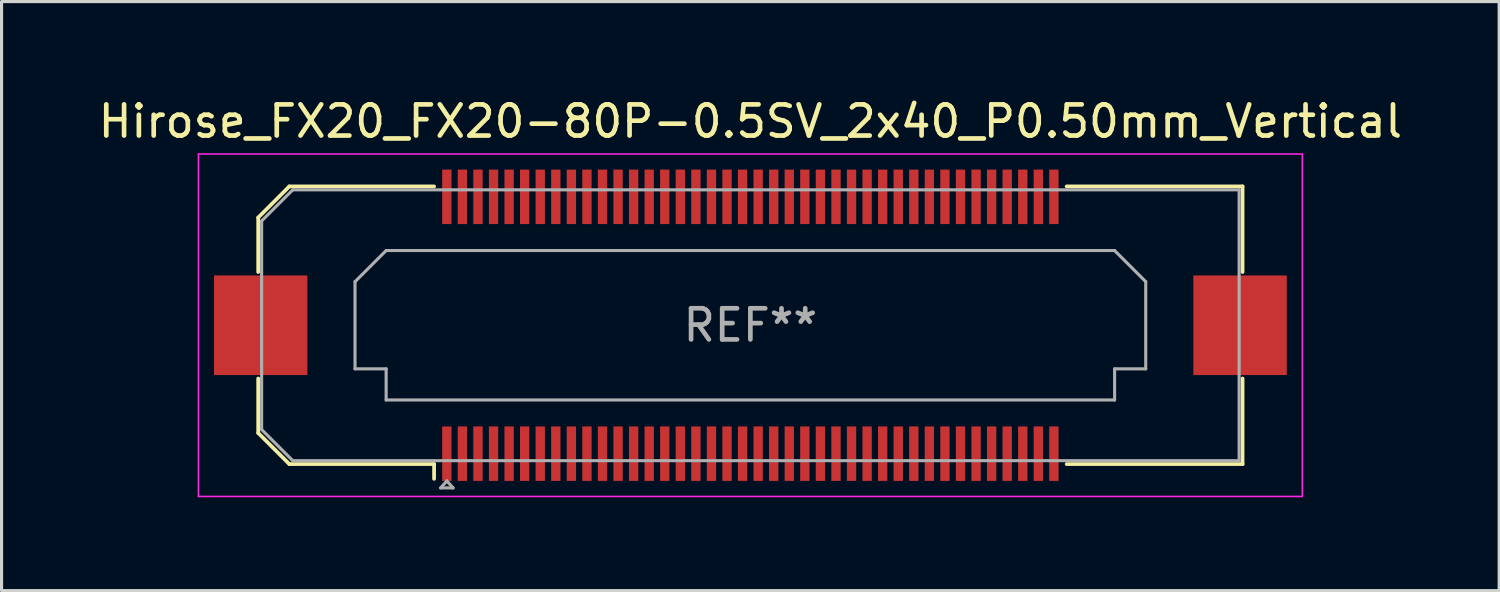
<source format=kicad_pcb>
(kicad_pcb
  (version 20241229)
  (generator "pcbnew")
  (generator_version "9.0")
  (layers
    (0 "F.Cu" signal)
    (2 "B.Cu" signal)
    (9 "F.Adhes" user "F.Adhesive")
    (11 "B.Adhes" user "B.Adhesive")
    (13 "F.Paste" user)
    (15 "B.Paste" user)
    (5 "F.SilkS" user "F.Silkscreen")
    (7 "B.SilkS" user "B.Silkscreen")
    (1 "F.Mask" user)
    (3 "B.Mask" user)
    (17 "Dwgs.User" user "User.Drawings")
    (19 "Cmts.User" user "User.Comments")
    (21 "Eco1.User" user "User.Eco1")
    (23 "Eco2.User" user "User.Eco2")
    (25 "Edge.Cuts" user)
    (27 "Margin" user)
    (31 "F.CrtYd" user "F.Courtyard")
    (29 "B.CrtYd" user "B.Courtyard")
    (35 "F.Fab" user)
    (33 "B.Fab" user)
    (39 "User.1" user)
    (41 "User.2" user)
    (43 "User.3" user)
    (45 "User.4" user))
  (footprint "Hirose_FX20_FX20-80P-0.5SV_2x40_P0.50mm_Vertical"
    (layer "F.Cu")
    (at 21.054 7.398)
    (property "Reference" "Hirose_FX20_FX20-80P-0.5SV_2x40_P0.50mm_Vertical" (at 0 -6.55 0) (layer "F.SilkS") (effects (font (size 1 1) (thickness 0.15))))
    (attr smd)
    (fp_line (start -15.81 -3.46) (end -14.81 -4.46) (stroke (width 0.12) (type solid)) (layer "F.SilkS"))
    (fp_line (start -15.81 -1.71) (end -15.81 -3.46) (stroke (width 0.12) (type solid)) (layer "F.SilkS"))
    (fp_line (start -15.81 3.46) (end -15.81 1.71) (stroke (width 0.12) (type solid)) (layer "F.SilkS"))
    (fp_line (start -14.81 -4.46) (end -10.16 -4.46) (stroke (width 0.12) (type solid)) (layer "F.SilkS"))
    (fp_line (start -14.81 4.46) (end -15.81 3.46) (stroke (width 0.12) (type solid)) (layer "F.SilkS"))
    (fp_line (start -10.16 4.46) (end -14.81 4.46) (stroke (width 0.12) (type solid)) (layer "F.SilkS"))
    (fp_line (start -10.16 4.933) (end -10.16 4.46) (stroke (width 0.12) (type solid)) (layer "F.SilkS"))
    (fp_line (start 10.16 4.46) (end 15.81 4.46) (stroke (width 0.12) (type solid)) (layer "F.SilkS"))
    (fp_line (start 15.81 -4.46) (end 10.16 -4.46) (stroke (width 0.12) (type solid)) (layer "F.SilkS"))
    (fp_line (start 15.81 -1.71) (end 15.81 -4.46) (stroke (width 0.12) (type solid)) (layer "F.SilkS"))
    (fp_line (start 15.81 4.46) (end 15.81 1.71) (stroke (width 0.12) (type solid)) (layer "F.SilkS"))
    (fp_line (start -17.73 -5.5) (end -17.73 5.5) (stroke (width 0.05) (type solid)) (layer "F.CrtYd"))
    (fp_line (start -17.73 5.5) (end 17.73 5.5) (stroke (width 0.05) (type solid)) (layer "F.CrtYd"))
    (fp_line (start 17.73 -5.5) (end -17.73 -5.5) (stroke (width 0.05) (type solid)) (layer "F.CrtYd"))
    (fp_line (start 17.73 5.5) (end 17.73 -5.5) (stroke (width 0.05) (type solid)) (layer "F.CrtYd"))
    (fp_line (start -15.7 -3.35) (end -14.7 -4.35) (stroke (width 0.1) (type solid)) (layer "F.Fab"))
    (fp_line (start -15.7 3.35) (end -15.7 -3.35) (stroke (width 0.1) (type solid)) (layer "F.Fab"))
    (fp_line (start -14.7 -4.35) (end 15.7 -4.35) (stroke (width 0.1) (type solid)) (layer "F.Fab"))
    (fp_line (start -14.7 4.35) (end -15.7 3.35) (stroke (width 0.1) (type solid)) (layer "F.Fab"))
    (fp_line (start -12.7 -1.4) (end -11.7 -2.4) (stroke (width 0.1) (type solid)) (layer "F.Fab"))
    (fp_line (start -12.7 1.4) (end -12.7 -1.4) (stroke (width 0.1) (type solid)) (layer "F.Fab"))
    (fp_line (start -11.7 -2.4) (end 11.7 -2.4) (stroke (width 0.1) (type solid)) (layer "F.Fab"))
    (fp_line (start -11.7 1.4) (end -12.7 1.4) (stroke (width 0.1) (type solid)) (layer "F.Fab"))
    (fp_line (start -11.7 2.4) (end -11.7 1.4) (stroke (width 0.1) (type solid)) (layer "F.Fab"))
    (fp_line (start -9.95 5.225) (end -9.75 5) (stroke (width 0.1) (type solid)) (layer "F.Fab"))
    (fp_line (start -9.75 5) (end -9.55 5.225) (stroke (width 0.1) (type solid)) (layer "F.Fab"))
    (fp_line (start -9.55 5.225) (end -9.95 5.225) (stroke (width 0.1) (type solid)) (layer "F.Fab"))
    (fp_line (start 11.7 -2.4) (end 12.7 -1.4) (stroke (width 0.1) (type solid)) (layer "F.Fab"))
    (fp_line (start 11.7 1.4) (end 11.7 2.4) (stroke (width 0.1) (type solid)) (layer "F.Fab"))
    (fp_line (start 11.7 2.4) (end -11.7 2.4) (stroke (width 0.1) (type solid)) (layer "F.Fab"))
    (fp_line (start 12.7 -1.4) (end 12.7 1.4) (stroke (width 0.1) (type solid)) (layer "F.Fab"))
    (fp_line (start 12.7 1.4) (end 11.7 1.4) (stroke (width 0.1) (type solid)) (layer "F.Fab"))
    (fp_line (start 15.7 -4.35) (end 15.7 4.35) (stroke (width 0.1) (type solid)) (layer "F.Fab"))
    (fp_line (start 15.7 4.35) (end -14.7 4.35) (stroke (width 0.1) (type solid)) (layer "F.Fab"))
    (fp_text user "REF**" (at 0 0 0) (layer "F.Fab") (effects (font (size 1 1) (thickness 0.15))))
    (pad "" smd rect (at -15.73 0) (size 2.98 3.18) (layers "F.Paste"))
    (pad "" smd rect (at -15.73 0) (size 3 3.2) (layers "F.Cu" "F.Mask"))
    (pad "" smd rect (at -9.75 -4.325) (size 0.28 1.35) (layers "F.Paste"))
    (pad "" smd rect (at -9.75 4.325) (size 0.28 1.35) (layers "F.Paste"))
    (pad "" smd rect (at -9.25 -4.325) (size 0.28 1.35) (layers "F.Paste"))
    (pad "" smd rect (at -9.25 4.325) (size 0.28 1.35) (layers "F.Paste"))
    (pad "" smd rect (at -8.75 -4.325) (size 0.28 1.35) (layers "F.Paste"))
    (pad "" smd rect (at -8.75 4.325) (size 0.28 1.35) (layers "F.Paste"))
    (pad "" smd rect (at -8.25 -4.325) (size 0.28 1.35) (layers "F.Paste"))
    (pad "" smd rect (at -8.25 4.325) (size 0.28 1.35) (layers "F.Paste"))
    (pad "" smd rect (at -7.75 -4.325) (size 0.28 1.35) (layers "F.Paste"))
    (pad "" smd rect (at -7.75 4.325) (size 0.28 1.35) (layers "F.Paste"))
    (pad "" smd rect (at -7.25 -4.325) (size 0.28 1.35) (layers "F.Paste"))
    (pad "" smd rect (at -7.25 4.325) (size 0.28 1.35) (layers "F.Paste"))
    (pad "" smd rect (at -6.75 -4.325) (size 0.28 1.35) (layers "F.Paste"))
    (pad "" smd rect (at -6.75 4.325) (size 0.28 1.35) (layers "F.Paste"))
    (pad "" smd rect (at -6.25 -4.325) (size 0.28 1.35) (layers "F.Paste"))
    (pad "" smd rect (at -6.25 4.325) (size 0.28 1.35) (layers "F.Paste"))
    (pad "" smd rect (at -5.75 -4.325) (size 0.28 1.35) (layers "F.Paste"))
    (pad "" smd rect (at -5.75 4.325) (size 0.28 1.35) (layers "F.Paste"))
    (pad "" smd rect (at -5.25 -4.325) (size 0.28 1.35) (layers "F.Paste"))
    (pad "" smd rect (at -5.25 4.325) (size 0.28 1.35) (layers "F.Paste"))
    (pad "" smd rect (at -4.75 -4.325) (size 0.28 1.35) (layers "F.Paste"))
    (pad "" smd rect (at -4.75 4.325) (size 0.28 1.35) (layers "F.Paste"))
    (pad "" smd rect (at -4.25 -4.325) (size 0.28 1.35) (layers "F.Paste"))
    (pad "" smd rect (at -4.25 4.325) (size 0.28 1.35) (layers "F.Paste"))
    (pad "" smd rect (at -3.75 -4.325) (size 0.28 1.35) (layers "F.Paste"))
    (pad "" smd rect (at -3.75 4.325) (size 0.28 1.35) (layers "F.Paste"))
    (pad "" smd rect (at -3.25 -4.325) (size 0.28 1.35) (layers "F.Paste"))
    (pad "" smd rect (at -3.25 4.325) (size 0.28 1.35) (layers "F.Paste"))
    (pad "" smd rect (at -2.75 -4.325) (size 0.28 1.35) (layers "F.Paste"))
    (pad "" smd rect (at -2.75 4.325) (size 0.28 1.35) (layers "F.Paste"))
    (pad "" smd rect (at -2.25 -4.325) (size 0.28 1.35) (layers "F.Paste"))
    (pad "" smd rect (at -2.25 4.325) (size 0.28 1.35) (layers "F.Paste"))
    (pad "" smd rect (at -1.75 -4.325) (size 0.28 1.35) (layers "F.Paste"))
    (pad "" smd rect (at -1.75 4.325) (size 0.28 1.35) (layers "F.Paste"))
    (pad "" smd rect (at -1.25 -4.325) (size 0.28 1.35) (layers "F.Paste"))
    (pad "" smd rect (at -1.25 4.325) (size 0.28 1.35) (layers "F.Paste"))
    (pad "" smd rect (at -0.75 -4.325) (size 0.28 1.35) (layers "F.Paste"))
    (pad "" smd rect (at -0.75 4.325) (size 0.28 1.35) (layers "F.Paste"))
    (pad "" smd rect (at -0.25 -4.325) (size 0.28 1.35) (layers "F.Paste"))
    (pad "" smd rect (at -0.25 4.325) (size 0.28 1.35) (layers "F.Paste"))
    (pad "" smd rect (at 0.25 -4.325) (size 0.28 1.35) (layers "F.Paste"))
    (pad "" smd rect (at 0.25 4.325) (size 0.28 1.35) (layers "F.Paste"))
    (pad "" smd rect (at 0.75 -4.325) (size 0.28 1.35) (layers "F.Paste"))
    (pad "" smd rect (at 0.75 4.325) (size 0.28 1.35) (layers "F.Paste"))
    (pad "" smd rect (at 1.25 -4.325) (size 0.28 1.35) (layers "F.Paste"))
    (pad "" smd rect (at 1.25 4.325) (size 0.28 1.35) (layers "F.Paste"))
    (pad "" smd rect (at 1.75 -4.325) (size 0.28 1.35) (layers "F.Paste"))
    (pad "" smd rect (at 1.75 4.325) (size 0.28 1.35) (layers "F.Paste"))
    (pad "" smd rect (at 2.25 -4.325) (size 0.28 1.35) (layers "F.Paste"))
    (pad "" smd rect (at 2.25 4.325) (size 0.28 1.35) (layers "F.Paste"))
    (pad "" smd rect (at 2.75 -4.325) (size 0.28 1.35) (layers "F.Paste"))
    (pad "" smd rect (at 2.75 4.325) (size 0.28 1.35) (layers "F.Paste"))
    (pad "" smd rect (at 3.25 -4.325) (size 0.28 1.35) (layers "F.Paste"))
    (pad "" smd rect (at 3.25 4.325) (size 0.28 1.35) (layers "F.Paste"))
    (pad "" smd rect (at 3.75 -4.325) (size 0.28 1.35) (layers "F.Paste"))
    (pad "" smd rect (at 3.75 4.325) (size 0.28 1.35) (layers "F.Paste"))
    (pad "" smd rect (at 4.25 -4.325) (size 0.28 1.35) (layers "F.Paste"))
    (pad "" smd rect (at 4.25 4.325) (size 0.28 1.35) (layers "F.Paste"))
    (pad "" smd rect (at 4.75 -4.325) (size 0.28 1.35) (layers "F.Paste"))
    (pad "" smd rect (at 4.75 4.325) (size 0.28 1.35) (layers "F.Paste"))
    (pad "" smd rect (at 5.25 -4.325) (size 0.28 1.35) (layers "F.Paste"))
    (pad "" smd rect (at 5.25 4.325) (size 0.28 1.35) (layers "F.Paste"))
    (pad "" smd rect (at 5.75 -4.325) (size 0.28 1.35) (layers "F.Paste"))
    (pad "" smd rect (at 5.75 4.325) (size 0.28 1.35) (layers "F.Paste"))
    (pad "" smd rect (at 6.25 -4.325) (size 0.28 1.35) (layers "F.Paste"))
    (pad "" smd rect (at 6.25 4.325) (size 0.28 1.35) (layers "F.Paste"))
    (pad "" smd rect (at 6.75 -4.325) (size 0.28 1.35) (layers "F.Paste"))
    (pad "" smd rect (at 6.75 4.325) (size 0.28 1.35) (layers "F.Paste"))
    (pad "" smd rect (at 7.25 -4.325) (size 0.28 1.35) (layers "F.Paste"))
    (pad "" smd rect (at 7.25 4.325) (size 0.28 1.35) (layers "F.Paste"))
    (pad "" smd rect (at 7.75 -4.325) (size 0.28 1.35) (layers "F.Paste"))
    (pad "" smd rect (at 7.75 4.325) (size 0.28 1.35) (layers "F.Paste"))
    (pad "" smd rect (at 8.25 -4.325) (size 0.28 1.35) (layers "F.Paste"))
    (pad "" smd rect (at 8.25 4.325) (size 0.28 1.35) (layers "F.Paste"))
    (pad "" smd rect (at 8.75 -4.325) (size 0.28 1.35) (layers "F.Paste"))
    (pad "" smd rect (at 8.75 4.325) (size 0.28 1.35) (layers "F.Paste"))
    (pad "" smd rect (at 9.25 -4.325) (size 0.28 1.35) (layers "F.Paste"))
    (pad "" smd rect (at 9.25 4.325) (size 0.28 1.35) (layers "F.Paste"))
    (pad "" smd rect (at 9.75 -4.325) (size 0.28 1.35) (layers "F.Paste"))
    (pad "" smd rect (at 9.75 4.325) (size 0.28 1.35) (layers "F.Paste"))
    (pad "" smd rect (at 15.73 0) (size 2.98 3.18) (layers "F.Paste"))
    (pad "" smd rect (at 15.73 0) (size 3 3.2) (layers "F.Cu" "F.Mask"))
    (pad "1" smd rect (at -9.75 4.125) (size 0.3 1.75) (layers "F.Cu" "F.Mask"))
    (pad "2" smd rect (at -9.75 -4.125) (size 0.3 1.75) (layers "F.Cu" "F.Mask"))
    (pad "3" smd rect (at -9.25 4.125) (size 0.3 1.75) (layers "F.Cu" "F.Mask"))
    (pad "4" smd rect (at -9.25 -4.125) (size 0.3 1.75) (layers "F.Cu" "F.Mask"))
    (pad "5" smd rect (at -8.75 4.125) (size 0.3 1.75) (layers "F.Cu" "F.Mask"))
    (pad "6" smd rect (at -8.75 -4.125) (size 0.3 1.75) (layers "F.Cu" "F.Mask"))
    (pad "7" smd rect (at -8.25 4.125) (size 0.3 1.75) (layers "F.Cu" "F.Mask"))
    (pad "8" smd rect (at -8.25 -4.125) (size 0.3 1.75) (layers "F.Cu" "F.Mask"))
    (pad "9" smd rect (at -7.75 4.125) (size 0.3 1.75) (layers "F.Cu" "F.Mask"))
    (pad "10" smd rect (at -7.75 -4.125) (size 0.3 1.75) (layers "F.Cu" "F.Mask"))
    (pad "11" smd rect (at -7.25 4.125) (size 0.3 1.75) (layers "F.Cu" "F.Mask"))
    (pad "12" smd rect (at -7.25 -4.125) (size 0.3 1.75) (layers "F.Cu" "F.Mask"))
    (pad "13" smd rect (at -6.75 4.125) (size 0.3 1.75) (layers "F.Cu" "F.Mask"))
    (pad "14" smd rect (at -6.75 -4.125) (size 0.3 1.75) (layers "F.Cu" "F.Mask"))
    (pad "15" smd rect (at -6.25 4.125) (size 0.3 1.75) (layers "F.Cu" "F.Mask"))
    (pad "16" smd rect (at -6.25 -4.125) (size 0.3 1.75) (layers "F.Cu" "F.Mask"))
    (pad "17" smd rect (at -5.75 4.125) (size 0.3 1.75) (layers "F.Cu" "F.Mask"))
    (pad "18" smd rect (at -5.75 -4.125) (size 0.3 1.75) (layers "F.Cu" "F.Mask"))
    (pad "19" smd rect (at -5.25 4.125) (size 0.3 1.75) (layers "F.Cu" "F.Mask"))
    (pad "20" smd rect (at -5.25 -4.125) (size 0.3 1.75) (layers "F.Cu" "F.Mask"))
    (pad "21" smd rect (at -4.75 4.125) (size 0.3 1.75) (layers "F.Cu" "F.Mask"))
    (pad "22" smd rect (at -4.75 -4.125) (size 0.3 1.75) (layers "F.Cu" "F.Mask"))
    (pad "23" smd rect (at -4.25 4.125) (size 0.3 1.75) (layers "F.Cu" "F.Mask"))
    (pad "24" smd rect (at -4.25 -4.125) (size 0.3 1.75) (layers "F.Cu" "F.Mask"))
    (pad "25" smd rect (at -3.75 4.125) (size 0.3 1.75) (layers "F.Cu" "F.Mask"))
    (pad "26" smd rect (at -3.75 -4.125) (size 0.3 1.75) (layers "F.Cu" "F.Mask"))
    (pad "27" smd rect (at -3.25 4.125) (size 0.3 1.75) (layers "F.Cu" "F.Mask"))
    (pad "28" smd rect (at -3.25 -4.125) (size 0.3 1.75) (layers "F.Cu" "F.Mask"))
    (pad "29" smd rect (at -2.75 4.125) (size 0.3 1.75) (layers "F.Cu" "F.Mask"))
    (pad "30" smd rect (at -2.75 -4.125) (size 0.3 1.75) (layers "F.Cu" "F.Mask"))
    (pad "31" smd rect (at -2.25 4.125) (size 0.3 1.75) (layers "F.Cu" "F.Mask"))
    (pad "32" smd rect (at -2.25 -4.125) (size 0.3 1.75) (layers "F.Cu" "F.Mask"))
    (pad "33" smd rect (at -1.75 4.125) (size 0.3 1.75) (layers "F.Cu" "F.Mask"))
    (pad "34" smd rect (at -1.75 -4.125) (size 0.3 1.75) (layers "F.Cu" "F.Mask"))
    (pad "35" smd rect (at -1.25 4.125) (size 0.3 1.75) (layers "F.Cu" "F.Mask"))
    (pad "36" smd rect (at -1.25 -4.125) (size 0.3 1.75) (layers "F.Cu" "F.Mask"))
    (pad "37" smd rect (at -0.75 4.125) (size 0.3 1.75) (layers "F.Cu" "F.Mask"))
    (pad "38" smd rect (at -0.75 -4.125) (size 0.3 1.75) (layers "F.Cu" "F.Mask"))
    (pad "39" smd rect (at -0.25 4.125) (size 0.3 1.75) (layers "F.Cu" "F.Mask"))
    (pad "40" smd rect (at -0.25 -4.125) (size 0.3 1.75) (layers "F.Cu" "F.Mask"))
    (pad "41" smd rect (at 0.25 4.125) (size 0.3 1.75) (layers "F.Cu" "F.Mask"))
    (pad "42" smd rect (at 0.25 -4.125) (size 0.3 1.75) (layers "F.Cu" "F.Mask"))
    (pad "43" smd rect (at 0.75 4.125) (size 0.3 1.75) (layers "F.Cu" "F.Mask"))
    (pad "44" smd rect (at 0.75 -4.125) (size 0.3 1.75) (layers "F.Cu" "F.Mask"))
    (pad "45" smd rect (at 1.25 4.125) (size 0.3 1.75) (layers "F.Cu" "F.Mask"))
    (pad "46" smd rect (at 1.25 -4.125) (size 0.3 1.75) (layers "F.Cu" "F.Mask"))
    (pad "47" smd rect (at 1.75 4.125) (size 0.3 1.75) (layers "F.Cu" "F.Mask"))
    (pad "48" smd rect (at 1.75 -4.125) (size 0.3 1.75) (layers "F.Cu" "F.Mask"))
    (pad "49" smd rect (at 2.25 4.125) (size 0.3 1.75) (layers "F.Cu" "F.Mask"))
    (pad "50" smd rect (at 2.25 -4.125) (size 0.3 1.75) (layers "F.Cu" "F.Mask"))
    (pad "51" smd rect (at 2.75 4.125) (size 0.3 1.75) (layers "F.Cu" "F.Mask"))
    (pad "52" smd rect (at 2.75 -4.125) (size 0.3 1.75) (layers "F.Cu" "F.Mask"))
    (pad "53" smd rect (at 3.25 4.125) (size 0.3 1.75) (layers "F.Cu" "F.Mask"))
    (pad "54" smd rect (at 3.25 -4.125) (size 0.3 1.75) (layers "F.Cu" "F.Mask"))
    (pad "55" smd rect (at 3.75 4.125) (size 0.3 1.75) (layers "F.Cu" "F.Mask"))
    (pad "56" smd rect (at 3.75 -4.125) (size 0.3 1.75) (layers "F.Cu" "F.Mask"))
    (pad "57" smd rect (at 4.25 4.125) (size 0.3 1.75) (layers "F.Cu" "F.Mask"))
    (pad "58" smd rect (at 4.25 -4.125) (size 0.3 1.75) (layers "F.Cu" "F.Mask"))
    (pad "59" smd rect (at 4.75 4.125) (size 0.3 1.75) (layers "F.Cu" "F.Mask"))
    (pad "60" smd rect (at 4.75 -4.125) (size 0.3 1.75) (layers "F.Cu" "F.Mask"))
    (pad "61" smd rect (at 5.25 4.125) (size 0.3 1.75) (layers "F.Cu" "F.Mask"))
    (pad "62" smd rect (at 5.25 -4.125) (size 0.3 1.75) (layers "F.Cu" "F.Mask"))
    (pad "63" smd rect (at 5.75 4.125) (size 0.3 1.75) (layers "F.Cu" "F.Mask"))
    (pad "64" smd rect (at 5.75 -4.125) (size 0.3 1.75) (layers "F.Cu" "F.Mask"))
    (pad "65" smd rect (at 6.25 4.125) (size 0.3 1.75) (layers "F.Cu" "F.Mask"))
    (pad "66" smd rect (at 6.25 -4.125) (size 0.3 1.75) (layers "F.Cu" "F.Mask"))
    (pad "67" smd rect (at 6.75 4.125) (size 0.3 1.75) (layers "F.Cu" "F.Mask"))
    (pad "68" smd rect (at 6.75 -4.125) (size 0.3 1.75) (layers "F.Cu" "F.Mask"))
    (pad "69" smd rect (at 7.25 4.125) (size 0.3 1.75) (layers "F.Cu" "F.Mask"))
    (pad "70" smd rect (at 7.25 -4.125) (size 0.3 1.75) (layers "F.Cu" "F.Mask"))
    (pad "71" smd rect (at 7.75 4.125) (size 0.3 1.75) (layers "F.Cu" "F.Mask"))
    (pad "72" smd rect (at 7.75 -4.125) (size 0.3 1.75) (layers "F.Cu" "F.Mask"))
    (pad "73" smd rect (at 8.25 4.125) (size 0.3 1.75) (layers "F.Cu" "F.Mask"))
    (pad "74" smd rect (at 8.25 -4.125) (size 0.3 1.75) (layers "F.Cu" "F.Mask"))
    (pad "75" smd rect (at 8.75 4.125) (size 0.3 1.75) (layers "F.Cu" "F.Mask"))
    (pad "76" smd rect (at 8.75 -4.125) (size 0.3 1.75) (layers "F.Cu" "F.Mask"))
    (pad "77" smd rect (at 9.25 4.125) (size 0.3 1.75) (layers "F.Cu" "F.Mask"))
    (pad "78" smd rect (at 9.25 -4.125) (size 0.3 1.75) (layers "F.Cu" "F.Mask"))
    (pad "79" smd rect (at 9.75 4.125) (size 0.3 1.75) (layers "F.Cu" "F.Mask"))
    (pad "80" smd rect (at 9.75 -4.125) (size 0.3 1.75) (layers "F.Cu" "F.Mask")))
  (gr_rect
    (start -3 -3)
    (end 45.107 15.923)
    (stroke (width 0.1) (type default))
    (fill no)
    (layer "Edge.Cuts")))
</source>
